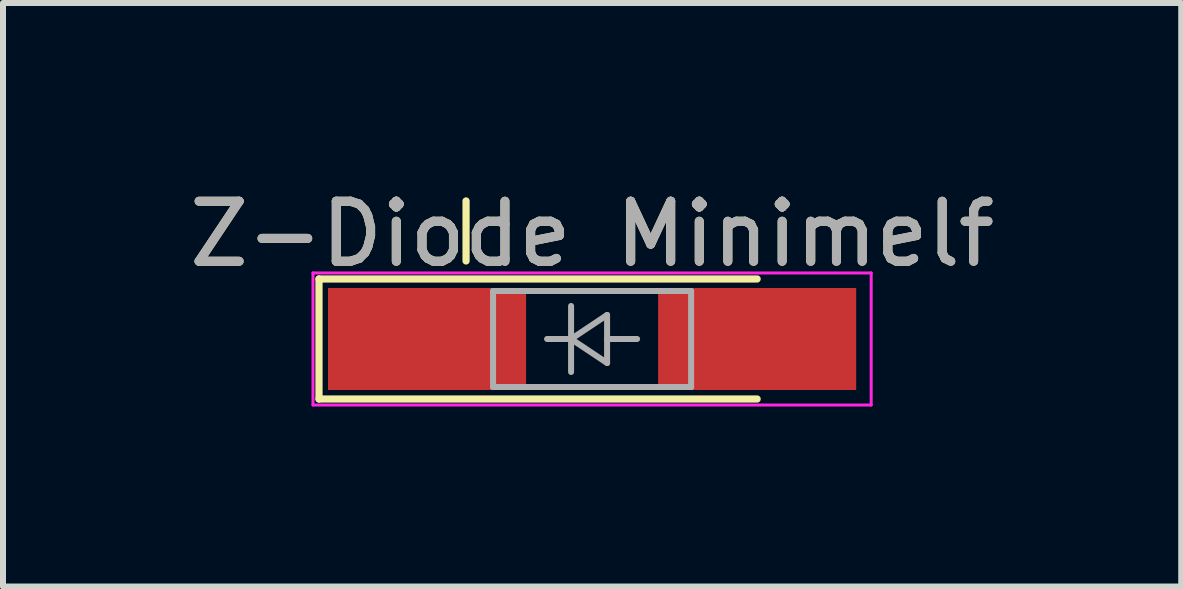
<source format=kicad_pcb>
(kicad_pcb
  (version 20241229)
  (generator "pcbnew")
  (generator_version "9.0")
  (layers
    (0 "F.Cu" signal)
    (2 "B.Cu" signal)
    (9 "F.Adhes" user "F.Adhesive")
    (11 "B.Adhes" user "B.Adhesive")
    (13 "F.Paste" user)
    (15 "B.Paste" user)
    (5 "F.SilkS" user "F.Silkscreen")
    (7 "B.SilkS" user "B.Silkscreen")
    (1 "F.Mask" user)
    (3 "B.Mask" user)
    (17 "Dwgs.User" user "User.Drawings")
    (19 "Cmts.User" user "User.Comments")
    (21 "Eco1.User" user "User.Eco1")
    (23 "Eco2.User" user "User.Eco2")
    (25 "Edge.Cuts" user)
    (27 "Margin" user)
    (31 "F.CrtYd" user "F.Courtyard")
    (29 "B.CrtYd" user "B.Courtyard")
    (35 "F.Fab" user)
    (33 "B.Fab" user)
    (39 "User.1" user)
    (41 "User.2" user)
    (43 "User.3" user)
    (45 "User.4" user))
  (footprint "Z-Diode Minimelf"
    (layer "F.Cu")
    (at 6.815 2.598)
    (property "Reference" "Z-Diode Minimelf" (at 0 -1.75 0) (layer "F.SilkS") (effects (font (size 1 1) (thickness 0.15))))
    (attr smd)
    (fp_line (start -4.55 -1) (end -4.55 1) (stroke (width 0.12) (type solid)) (layer "F.SilkS"))
    (fp_line (start -4.55 1) (end 2.75 1) (stroke (width 0.12) (type solid)) (layer "F.SilkS"))
    (fp_line (start -2.1 -2.3) (end -2.1 -1.3) (stroke (width 0.12) (type solid)) (layer "F.SilkS"))
    (fp_line (start 2.75 -1) (end -4.55 -1) (stroke (width 0.12) (type solid)) (layer "F.SilkS"))
    (fp_line (start -4.65 -1.1) (end 4.65 -1.1) (stroke (width 0.05) (type solid)) (layer "F.CrtYd"))
    (fp_line (start -4.65 1.1) (end -4.65 -1.1) (stroke (width 0.05) (type solid)) (layer "F.CrtYd"))
    (fp_line (start 4.65 -1.1) (end 4.65 1.1) (stroke (width 0.05) (type solid)) (layer "F.CrtYd"))
    (fp_line (start 4.65 1.1) (end -4.65 1.1) (stroke (width 0.05) (type solid)) (layer "F.CrtYd"))
    (fp_line (start -1.65 -0.8) (end 1.65 -0.8) (stroke (width 0.1) (type solid)) (layer "F.Fab"))
    (fp_line (start -1.65 0.8) (end -1.65 -0.8) (stroke (width 0.1) (type solid)) (layer "F.Fab"))
    (fp_line (start -0.75 0) (end -0.35 0) (stroke (width 0.1) (type solid)) (layer "F.Fab"))
    (fp_line (start -0.35 0) (end -0.35 -0.55) (stroke (width 0.1) (type solid)) (layer "F.Fab"))
    (fp_line (start -0.35 0) (end -0.35 0.55) (stroke (width 0.1) (type solid)) (layer "F.Fab"))
    (fp_line (start -0.35 0) (end 0.25 -0.4) (stroke (width 0.1) (type solid)) (layer "F.Fab"))
    (fp_line (start 0.25 -0.4) (end 0.25 0.4) (stroke (width 0.1) (type solid)) (layer "F.Fab"))
    (fp_line (start 0.25 0) (end 0.75 0) (stroke (width 0.1) (type solid)) (layer "F.Fab"))
    (fp_line (start 0.25 0.4) (end -0.35 0) (stroke (width 0.1) (type solid)) (layer "F.Fab"))
    (fp_line (start 1.65 -0.8) (end 1.65 0.8) (stroke (width 0.1) (type solid)) (layer "F.Fab"))
    (fp_line (start 1.65 0.8) (end -1.65 0.8) (stroke (width 0.1) (type solid)) (layer "F.Fab"))
    (fp_text user "${REFERENCE}" (at 0 -1.75 0) (layer "F.Fab") (effects (font (size 1 1) (thickness 0.15))))
    (pad "1" smd rect (at -2.75 0) (size 3.3 1.7) (layers "F.Cu" "F.Mask" "F.Paste"))
    (pad "2" smd rect (at 2.75 0) (size 3.3 1.7) (layers "F.Cu" "F.Mask" "F.Paste")))
  (gr_rect
    (start -3 -3)
    (end 16.631 6.723)
    (stroke (width 0.1) (type default))
    (fill no)
    (layer "Edge.Cuts")))
</source>
